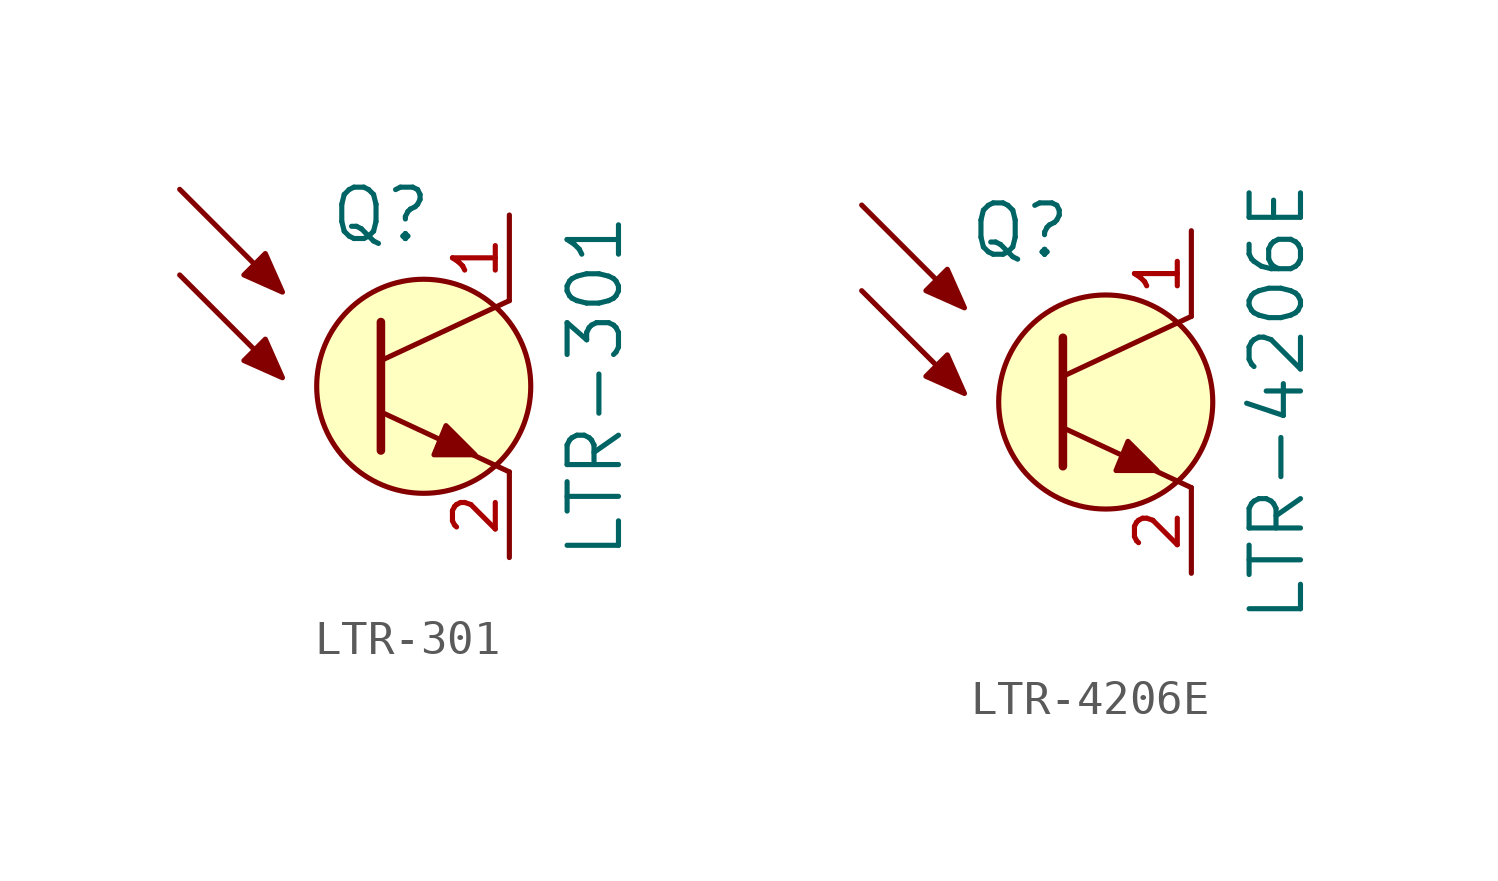
<source format=kicad_sym>
(kicad_symbol_lib
  (version 20231120)
  (generator "kicad_symbol_editor")
  (generator_version "8.0")
  (symbol "LTR-301"
    (pin_names
      (offset 1.016) hide)
    (property "Reference" "Q"
      (at -1.27 5.08 0)
      (effects (font (size 1.524 1.524))))
    (property "Value" "LTR-301"
      (at 5.08 0 90)
      (effects (font (size 1.524 1.524))))
    (symbol "LTR-301_0_1"
      (polyline (pts (xy -7.239 3.302) (xy -4.953 1.016)) (stroke (width 0) (type default)) (fill (type none)))
      (polyline (pts (xy -7.239 5.842) (xy -4.953 3.556)) (stroke (width 0) (type default)) (fill (type none)))
      (polyline (pts (xy -1.27 -1.905) (xy -1.27 1.905)) (stroke (width 0.254) (type default)) (fill (type none)))
      (polyline (pts (xy -1.27 -0.762) (xy 2.54 -2.54)) (stroke (width 0) (type default)) (fill (type none)))
      (polyline (pts (xy -1.27 0.762) (xy 2.54 2.54)) (stroke (width 0) (type default)) (fill (type none)))
      (polyline (pts (xy -4.191 0.254) (xy -5.334 0.762) (xy -4.699 1.397) (xy -4.191 0.254)) (stroke (width 0) (type default)) (fill (type outline)))
      (polyline (pts (xy -4.191 2.794) (xy -5.334 3.302) (xy -4.699 3.937) (xy -4.191 2.794)) (stroke (width 0) (type default)) (fill (type outline)))
      (polyline (pts (xy 1.524 -2.032) (xy 0.305 -2.032) (xy 0.66 -1.168) (xy 1.524 -2.032)) (stroke (width 0) (type default)) (fill (type outline)))
      (circle (center 0 0) (radius 3.175) (stroke (width 0) (type default)) (fill (type background))))
    (symbol "LTR-301_1_1"
      (pin passive line (at 2.54 5.08 270) (length 2.54) (name "C" (effects (font (size 1.27 1.27)))) (number "1" (effects (font (size 1.27 1.27)))))
      (pin passive line (at 2.54 -5.08 90) (length 2.54) (name "E" (effects (font (size 1.27 1.27)))) (number "2" (effects (font (size 1.27 1.27)))))))
  (symbol "LTR-4206E"
    (pin_names
      (offset 1.016) hide)
    (property "Reference" "Q"
      (at -2.54 5.08 0)
      (effects (font (size 1.524 1.524))))
    (property "Value" "LTR-4206E"
      (at 5.08 0 90)
      (effects (font (size 1.524 1.524))))
    (symbol "LTR-4206E_0_1"
      (polyline (pts (xy -7.239 3.302) (xy -4.953 1.016)) (stroke (width 0) (type default)) (fill (type none)))
      (polyline (pts (xy -7.239 5.842) (xy -4.953 3.556)) (stroke (width 0) (type default)) (fill (type none)))
      (polyline (pts (xy -1.27 -1.905) (xy -1.27 1.905)) (stroke (width 0.254) (type default)) (fill (type none)))
      (polyline (pts (xy -1.27 -0.762) (xy 2.54 -2.54)) (stroke (width 0) (type default)) (fill (type none)))
      (polyline (pts (xy -1.27 0.762) (xy 2.54 2.54)) (stroke (width 0) (type default)) (fill (type none)))
      (polyline (pts (xy -4.191 0.254) (xy -5.334 0.762) (xy -4.699 1.397) (xy -4.191 0.254)) (stroke (width 0) (type default)) (fill (type outline)))
      (polyline (pts (xy -4.191 2.794) (xy -5.334 3.302) (xy -4.699 3.937) (xy -4.191 2.794)) (stroke (width 0) (type default)) (fill (type outline)))
      (polyline (pts (xy 1.524 -2.032) (xy 0.305 -2.032) (xy 0.66 -1.168) (xy 1.524 -2.032)) (stroke (width 0) (type default)) (fill (type outline)))
      (circle (center 0 0) (radius 3.175) (stroke (width 0) (type default)) (fill (type background))))
    (symbol "LTR-4206E_1_1"
      (pin passive line (at 2.54 5.08 270) (length 2.54) (name "C" (effects (font (size 1.27 1.27)))) (number "1" (effects (font (size 1.27 1.27)))))
      (pin passive line (at 2.54 -5.08 90) (length 2.54) (name "E" (effects (font (size 1.27 1.27)))) (number "2" (effects (font (size 1.27 1.27))))))))
</source>
